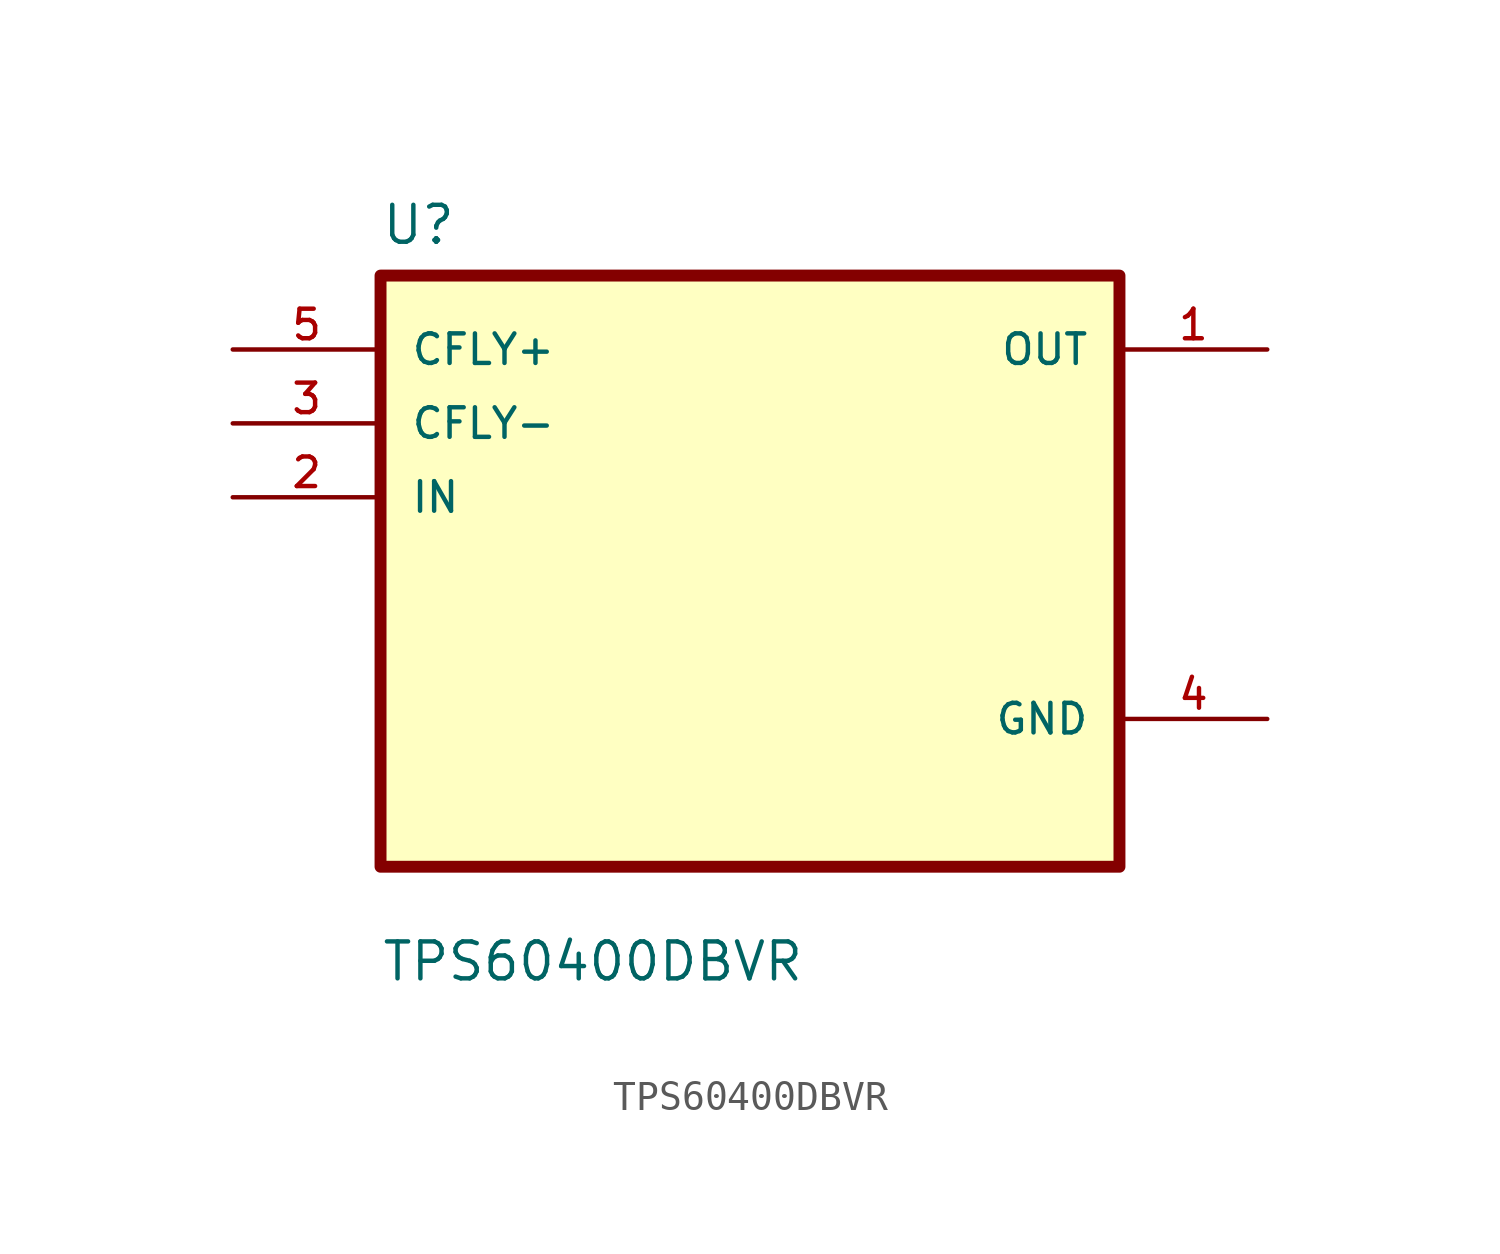
<source format=kicad_sym>
(kicad_symbol_lib
  (version 20211014)
  (generator kicad_symbol_editor)
  (symbol "TPS60400DBVR"
    (pin_names
      (offset 1.016))
    (property "Reference" "U"
      (at -12.7 11.16 0.0)
      (effects (font (size 1.27 1.27)) (justify bottom left)))
    (property "Value" "TPS60400DBVR"
      (at -12.7 -14.16 0.0)
      (effects (font (size 1.27 1.27)) (justify bottom left)))
    (symbol "TPS60400DBVR_0_0"
      (rectangle (start -12.7 -10.16) (end 12.7 10.16) (stroke (width 0.41)) (fill (type background)))
      (pin input line (at -17.78 7.62 0) (length 5.08) (name "CFLY+" (effects (font (size 1.016 1.016)))) (number "5" (effects (font (size 1.016 1.016)))))
      (pin input line (at -17.78 5.08 0) (length 5.08) (name "CFLY-" (effects (font (size 1.016 1.016)))) (number "3" (effects (font (size 1.016 1.016)))))
      (pin input line (at -17.78 2.54 0) (length 5.08) (name "IN" (effects (font (size 1.016 1.016)))) (number "2" (effects (font (size 1.016 1.016)))))
      (pin output line (at 17.78 7.62 180.0) (length 5.08) (name "OUT" (effects (font (size 1.016 1.016)))) (number "1" (effects (font (size 1.016 1.016)))))
      (pin power_in line (at 17.78 -5.08 180.0) (length 5.08) (name "GND" (effects (font (size 1.016 1.016)))) (number "4" (effects (font (size 1.016 1.016))))))))
</source>
